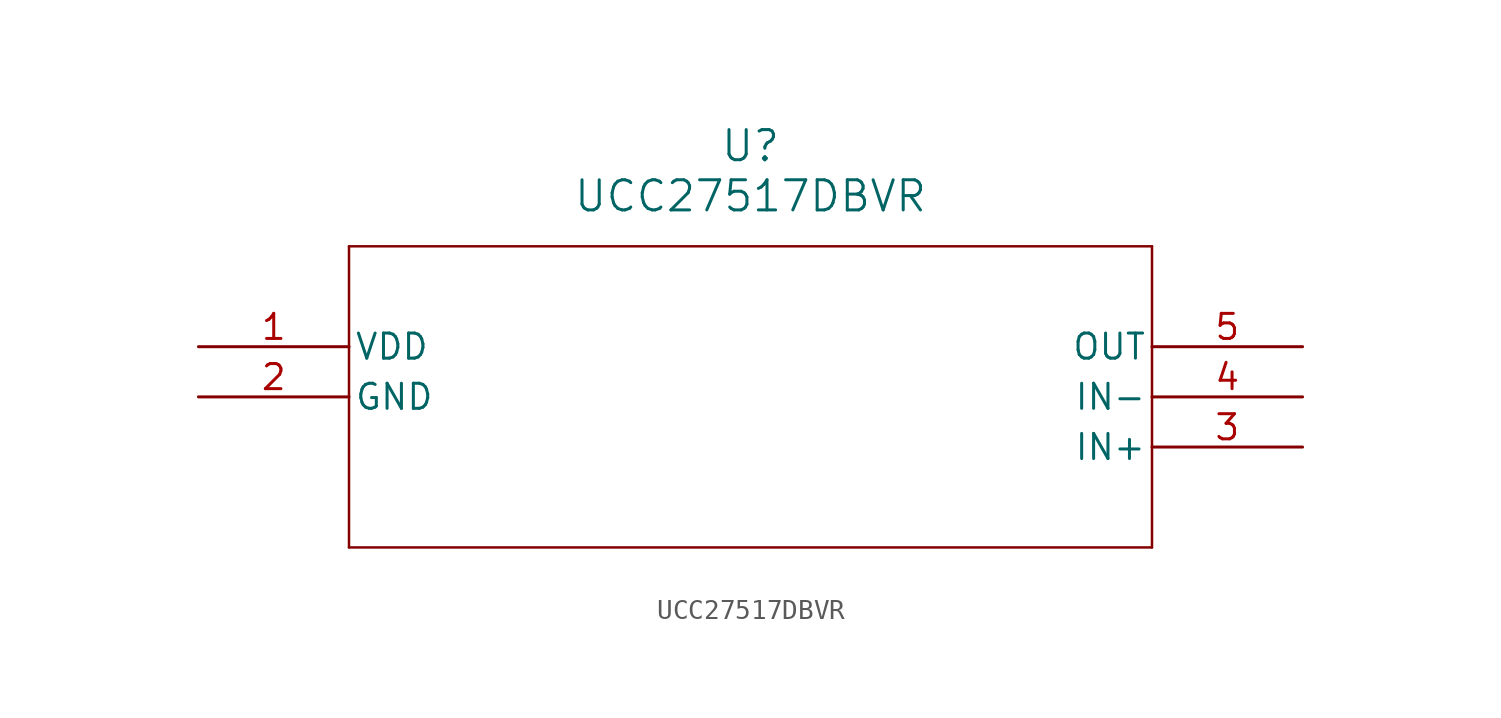
<source format=kicad_sym>
(kicad_symbol_lib
  (version 20211014)
  (generator kicad_symbol_editor)
  (symbol "UCC27517DBVR"
    (pin_names
      (offset 0.254))
    (property "Reference" "U"
      (at 27.94 10.16 0)
      (effects (font (size 1.524 1.524))))
    (property "Value" "UCC27517DBVR"
      (at 27.94 7.62 0)
      (effects (font (size 1.524 1.524))))
    (symbol "UCC27517DBVR_0_1"
      (polyline (pts (xy 7.62 5.08) (xy 7.62 -10.16)) (stroke (width 0.127) (type default) (color 0 0 0 0)) (fill (type none)))
      (polyline (pts (xy 7.62 -10.16) (xy 48.26 -10.16)) (stroke (width 0.127) (type default) (color 0 0 0 0)) (fill (type none)))
      (polyline (pts (xy 48.26 -10.16) (xy 48.26 5.08)) (stroke (width 0.127) (type default) (color 0 0 0 0)) (fill (type none)))
      (polyline (pts (xy 48.26 5.08) (xy 7.62 5.08)) (stroke (width 0.127) (type default) (color 0 0 0 0)) (fill (type none)))
      (pin power_in line (at 0 0 0) (length 7.62) (name "VDD" (effects (font (size 1.27 1.27)))) (number "1" (effects (font (size 1.27 1.27)))))
      (pin power_in line (at 0 -2.54 0) (length 7.62) (name "GND" (effects (font (size 1.27 1.27)))) (number "2" (effects (font (size 1.27 1.27)))))
      (pin input line (at 55.88 -5.08 180) (length 7.62) (name "IN+" (effects (font (size 1.27 1.27)))) (number "3" (effects (font (size 1.27 1.27)))))
      (pin input line (at 55.88 -2.54 180) (length 7.62) (name "IN-" (effects (font (size 1.27 1.27)))) (number "4" (effects (font (size 1.27 1.27)))))
      (pin output line (at 55.88 0 180) (length 7.62) (name "OUT" (effects (font (size 1.27 1.27)))) (number "5" (effects (font (size 1.27 1.27))))))))
</source>
